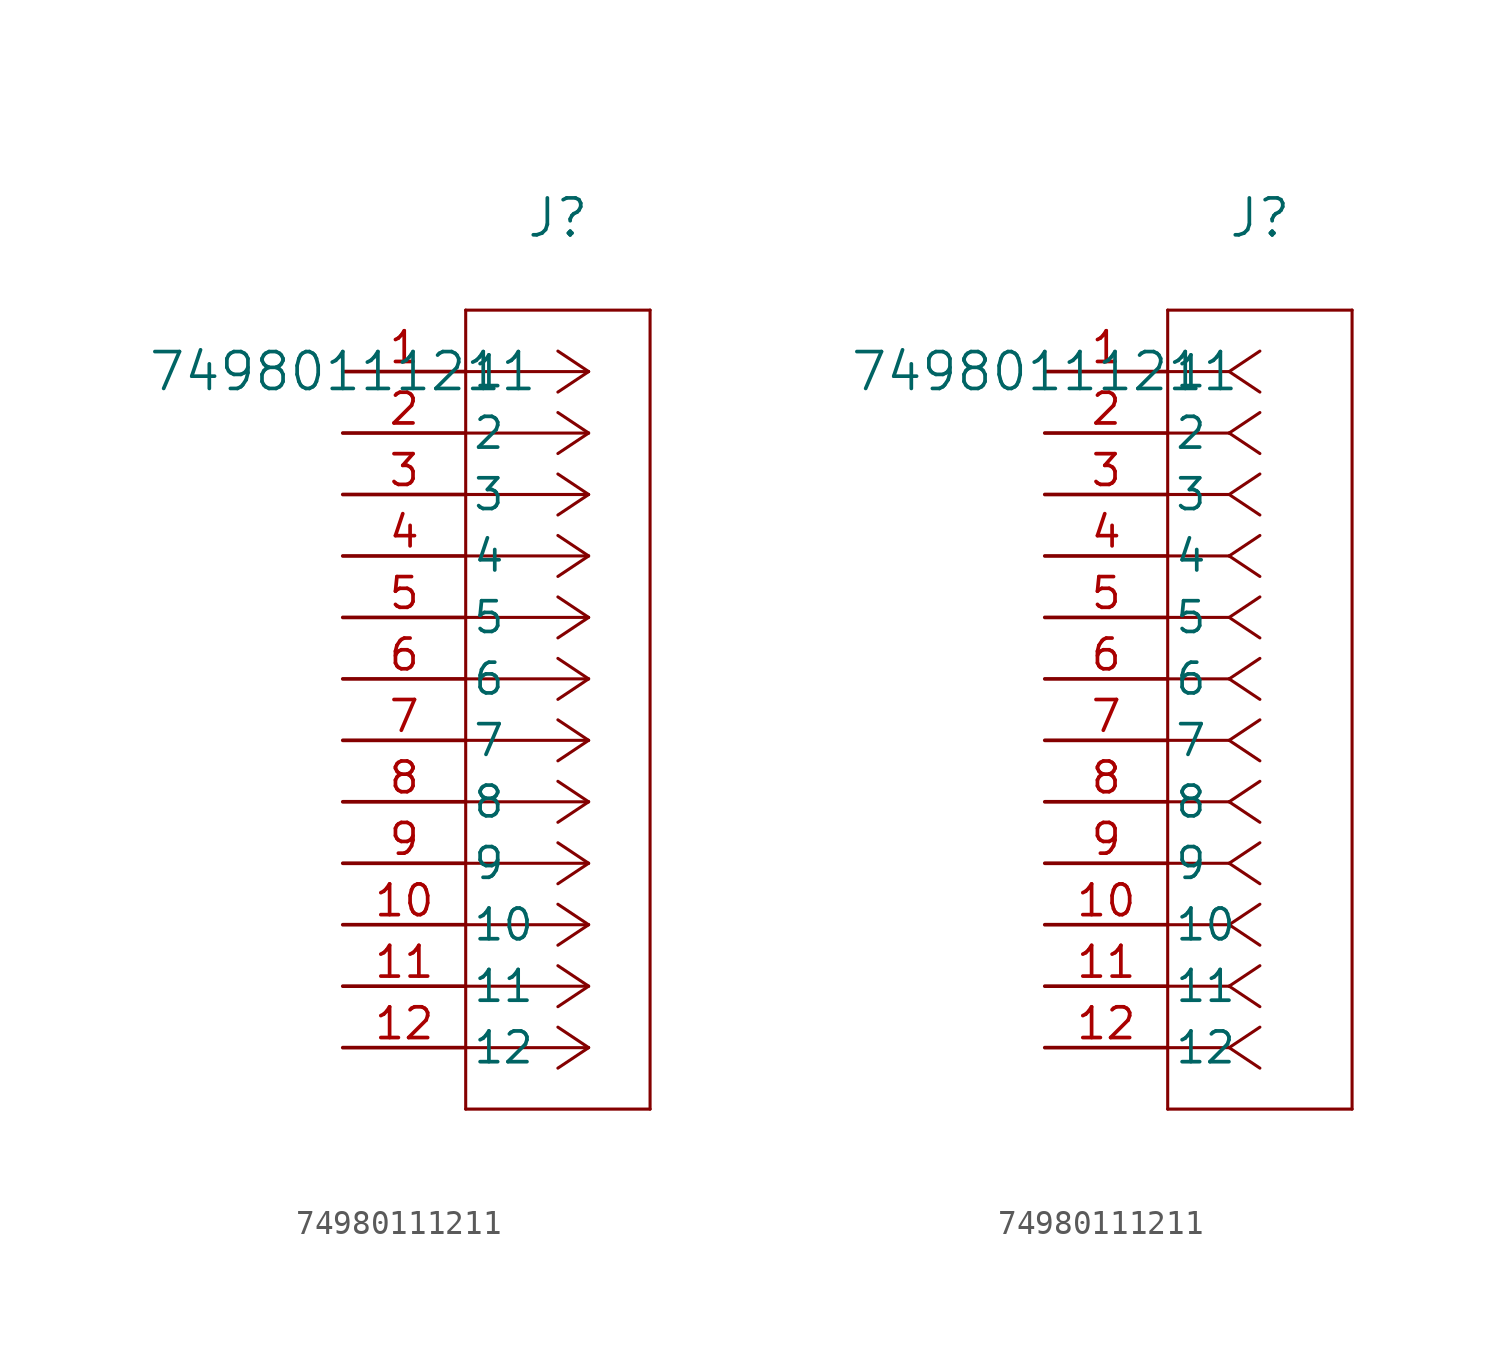
<source format=kicad_sym>
(kicad_symbol_lib
  (version 20211014)
  (generator kicad_symbol_editor)
  (symbol "74980111211"
    (pin_names
      (offset 0.254))
    (property "Reference" "J"
      (at 8.89 6.35 0)
      (effects (font (size 1.524 1.524))))
    (property "Value" "74980111211"
      (at 0 0 0)
      (effects (font (size 1.524 1.524))))
    (symbol "74980111211_1_1"
      (polyline (pts (xy 10.16 0) (xy 5.08 0)) (stroke (width 0.127) (type default) (color 0 0 0 0)) (fill (type none)))
      (polyline (pts (xy 10.16 -2.54) (xy 5.08 -2.54)) (stroke (width 0.127) (type default) (color 0 0 0 0)) (fill (type none)))
      (polyline (pts (xy 10.16 -5.08) (xy 5.08 -5.08)) (stroke (width 0.127) (type default) (color 0 0 0 0)) (fill (type none)))
      (polyline (pts (xy 10.16 -7.62) (xy 5.08 -7.62)) (stroke (width 0.127) (type default) (color 0 0 0 0)) (fill (type none)))
      (polyline (pts (xy 10.16 -10.16) (xy 5.08 -10.16)) (stroke (width 0.127) (type default) (color 0 0 0 0)) (fill (type none)))
      (polyline (pts (xy 10.16 -12.7) (xy 5.08 -12.7)) (stroke (width 0.127) (type default) (color 0 0 0 0)) (fill (type none)))
      (polyline (pts (xy 10.16 -15.24) (xy 5.08 -15.24)) (stroke (width 0.127) (type default) (color 0 0 0 0)) (fill (type none)))
      (polyline (pts (xy 10.16 -17.78) (xy 5.08 -17.78)) (stroke (width 0.127) (type default) (color 0 0 0 0)) (fill (type none)))
      (polyline (pts (xy 10.16 -20.32) (xy 5.08 -20.32)) (stroke (width 0.127) (type default) (color 0 0 0 0)) (fill (type none)))
      (polyline (pts (xy 10.16 -22.86) (xy 5.08 -22.86)) (stroke (width 0.127) (type default) (color 0 0 0 0)) (fill (type none)))
      (polyline (pts (xy 10.16 -25.4) (xy 5.08 -25.4)) (stroke (width 0.127) (type default) (color 0 0 0 0)) (fill (type none)))
      (polyline (pts (xy 10.16 -27.94) (xy 5.08 -27.94)) (stroke (width 0.127) (type default) (color 0 0 0 0)) (fill (type none)))
      (polyline (pts (xy 10.16 0) (xy 8.89 0.847)) (stroke (width 0.127) (type default) (color 0 0 0 0)) (fill (type none)))
      (polyline (pts (xy 10.16 -2.54) (xy 8.89 -1.693)) (stroke (width 0.127) (type default) (color 0 0 0 0)) (fill (type none)))
      (polyline (pts (xy 10.16 -5.08) (xy 8.89 -4.233)) (stroke (width 0.127) (type default) (color 0 0 0 0)) (fill (type none)))
      (polyline (pts (xy 10.16 -7.62) (xy 8.89 -6.773)) (stroke (width 0.127) (type default) (color 0 0 0 0)) (fill (type none)))
      (polyline (pts (xy 10.16 -10.16) (xy 8.89 -9.313)) (stroke (width 0.127) (type default) (color 0 0 0 0)) (fill (type none)))
      (polyline (pts (xy 10.16 -12.7) (xy 8.89 -11.853)) (stroke (width 0.127) (type default) (color 0 0 0 0)) (fill (type none)))
      (polyline (pts (xy 10.16 -15.24) (xy 8.89 -14.393)) (stroke (width 0.127) (type default) (color 0 0 0 0)) (fill (type none)))
      (polyline (pts (xy 10.16 -17.78) (xy 8.89 -16.933)) (stroke (width 0.127) (type default) (color 0 0 0 0)) (fill (type none)))
      (polyline (pts (xy 10.16 -20.32) (xy 8.89 -19.473)) (stroke (width 0.127) (type default) (color 0 0 0 0)) (fill (type none)))
      (polyline (pts (xy 10.16 -22.86) (xy 8.89 -22.013)) (stroke (width 0.127) (type default) (color 0 0 0 0)) (fill (type none)))
      (polyline (pts (xy 10.16 -25.4) (xy 8.89 -24.553)) (stroke (width 0.127) (type default) (color 0 0 0 0)) (fill (type none)))
      (polyline (pts (xy 10.16 -27.94) (xy 8.89 -27.093)) (stroke (width 0.127) (type default) (color 0 0 0 0)) (fill (type none)))
      (polyline (pts (xy 10.16 0) (xy 8.89 -0.847)) (stroke (width 0.127) (type default) (color 0 0 0 0)) (fill (type none)))
      (polyline (pts (xy 10.16 -2.54) (xy 8.89 -3.387)) (stroke (width 0.127) (type default) (color 0 0 0 0)) (fill (type none)))
      (polyline (pts (xy 10.16 -5.08) (xy 8.89 -5.927)) (stroke (width 0.127) (type default) (color 0 0 0 0)) (fill (type none)))
      (polyline (pts (xy 10.16 -7.62) (xy 8.89 -8.467)) (stroke (width 0.127) (type default) (color 0 0 0 0)) (fill (type none)))
      (polyline (pts (xy 10.16 -10.16) (xy 8.89 -11.007)) (stroke (width 0.127) (type default) (color 0 0 0 0)) (fill (type none)))
      (polyline (pts (xy 10.16 -12.7) (xy 8.89 -13.547)) (stroke (width 0.127) (type default) (color 0 0 0 0)) (fill (type none)))
      (polyline (pts (xy 10.16 -15.24) (xy 8.89 -16.087)) (stroke (width 0.127) (type default) (color 0 0 0 0)) (fill (type none)))
      (polyline (pts (xy 10.16 -17.78) (xy 8.89 -18.627)) (stroke (width 0.127) (type default) (color 0 0 0 0)) (fill (type none)))
      (polyline (pts (xy 10.16 -20.32) (xy 8.89 -21.167)) (stroke (width 0.127) (type default) (color 0 0 0 0)) (fill (type none)))
      (polyline (pts (xy 10.16 -22.86) (xy 8.89 -23.707)) (stroke (width 0.127) (type default) (color 0 0 0 0)) (fill (type none)))
      (polyline (pts (xy 10.16 -25.4) (xy 8.89 -26.247)) (stroke (width 0.127) (type default) (color 0 0 0 0)) (fill (type none)))
      (polyline (pts (xy 10.16 -27.94) (xy 8.89 -28.787)) (stroke (width 0.127) (type default) (color 0 0 0 0)) (fill (type none)))
      (polyline (pts (xy 5.08 2.54) (xy 5.08 -30.48)) (stroke (width 0.127) (type default) (color 0 0 0 0)) (fill (type none)))
      (polyline (pts (xy 5.08 -30.48) (xy 12.7 -30.48)) (stroke (width 0.127) (type default) (color 0 0 0 0)) (fill (type none)))
      (polyline (pts (xy 12.7 -30.48) (xy 12.7 2.54)) (stroke (width 0.127) (type default) (color 0 0 0 0)) (fill (type none)))
      (polyline (pts (xy 12.7 2.54) (xy 5.08 2.54)) (stroke (width 0.127) (type default) (color 0 0 0 0)) (fill (type none)))
      (pin unspecified line (at 0 0 0) (length 5.08) (name "1" (effects (font (size 1.27 1.27)))) (number "1" (effects (font (size 1.27 1.27)))))
      (pin unspecified line (at 0 -2.54 0) (length 5.08) (name "2" (effects (font (size 1.27 1.27)))) (number "2" (effects (font (size 1.27 1.27)))))
      (pin unspecified line (at 0 -5.08 0) (length 5.08) (name "3" (effects (font (size 1.27 1.27)))) (number "3" (effects (font (size 1.27 1.27)))))
      (pin unspecified line (at 0 -7.62 0) (length 5.08) (name "4" (effects (font (size 1.27 1.27)))) (number "4" (effects (font (size 1.27 1.27)))))
      (pin unspecified line (at 0 -10.16 0) (length 5.08) (name "5" (effects (font (size 1.27 1.27)))) (number "5" (effects (font (size 1.27 1.27)))))
      (pin unspecified line (at 0 -12.7 0) (length 5.08) (name "6" (effects (font (size 1.27 1.27)))) (number "6" (effects (font (size 1.27 1.27)))))
      (pin unspecified line (at 0 -15.24 0) (length 5.08) (name "7" (effects (font (size 1.27 1.27)))) (number "7" (effects (font (size 1.27 1.27)))))
      (pin unspecified line (at 0 -17.78 0) (length 5.08) (name "8" (effects (font (size 1.27 1.27)))) (number "8" (effects (font (size 1.27 1.27)))))
      (pin unspecified line (at 0 -20.32 0) (length 5.08) (name "9" (effects (font (size 1.27 1.27)))) (number "9" (effects (font (size 1.27 1.27)))))
      (pin unspecified line (at 0 -22.86 0) (length 5.08) (name "10" (effects (font (size 1.27 1.27)))) (number "10" (effects (font (size 1.27 1.27)))))
      (pin unspecified line (at 0 -25.4 0) (length 5.08) (name "11" (effects (font (size 1.27 1.27)))) (number "11" (effects (font (size 1.27 1.27)))))
      (pin unspecified line (at 0 -27.94 0) (length 5.08) (name "12" (effects (font (size 1.27 1.27)))) (number "12" (effects (font (size 1.27 1.27))))))
    (symbol "74980111211_1_2"
      (polyline (pts (xy 7.62 0) (xy 5.08 0)) (stroke (width 0.127) (type default) (color 0 0 0 0)) (fill (type none)))
      (polyline (pts (xy 7.62 -2.54) (xy 5.08 -2.54)) (stroke (width 0.127) (type default) (color 0 0 0 0)) (fill (type none)))
      (polyline (pts (xy 7.62 -5.08) (xy 5.08 -5.08)) (stroke (width 0.127) (type default) (color 0 0 0 0)) (fill (type none)))
      (polyline (pts (xy 7.62 -7.62) (xy 5.08 -7.62)) (stroke (width 0.127) (type default) (color 0 0 0 0)) (fill (type none)))
      (polyline (pts (xy 7.62 -10.16) (xy 5.08 -10.16)) (stroke (width 0.127) (type default) (color 0 0 0 0)) (fill (type none)))
      (polyline (pts (xy 7.62 -12.7) (xy 5.08 -12.7)) (stroke (width 0.127) (type default) (color 0 0 0 0)) (fill (type none)))
      (polyline (pts (xy 7.62 -15.24) (xy 5.08 -15.24)) (stroke (width 0.127) (type default) (color 0 0 0 0)) (fill (type none)))
      (polyline (pts (xy 7.62 -17.78) (xy 5.08 -17.78)) (stroke (width 0.127) (type default) (color 0 0 0 0)) (fill (type none)))
      (polyline (pts (xy 7.62 -20.32) (xy 5.08 -20.32)) (stroke (width 0.127) (type default) (color 0 0 0 0)) (fill (type none)))
      (polyline (pts (xy 7.62 -22.86) (xy 5.08 -22.86)) (stroke (width 0.127) (type default) (color 0 0 0 0)) (fill (type none)))
      (polyline (pts (xy 7.62 -25.4) (xy 5.08 -25.4)) (stroke (width 0.127) (type default) (color 0 0 0 0)) (fill (type none)))
      (polyline (pts (xy 7.62 -27.94) (xy 5.08 -27.94)) (stroke (width 0.127) (type default) (color 0 0 0 0)) (fill (type none)))
      (polyline (pts (xy 7.62 0) (xy 8.89 0.847)) (stroke (width 0.127) (type default) (color 0 0 0 0)) (fill (type none)))
      (polyline (pts (xy 7.62 -2.54) (xy 8.89 -1.693)) (stroke (width 0.127) (type default) (color 0 0 0 0)) (fill (type none)))
      (polyline (pts (xy 7.62 -5.08) (xy 8.89 -4.233)) (stroke (width 0.127) (type default) (color 0 0 0 0)) (fill (type none)))
      (polyline (pts (xy 7.62 -7.62) (xy 8.89 -6.773)) (stroke (width 0.127) (type default) (color 0 0 0 0)) (fill (type none)))
      (polyline (pts (xy 7.62 -10.16) (xy 8.89 -9.313)) (stroke (width 0.127) (type default) (color 0 0 0 0)) (fill (type none)))
      (polyline (pts (xy 7.62 -12.7) (xy 8.89 -11.853)) (stroke (width 0.127) (type default) (color 0 0 0 0)) (fill (type none)))
      (polyline (pts (xy 7.62 -15.24) (xy 8.89 -14.393)) (stroke (width 0.127) (type default) (color 0 0 0 0)) (fill (type none)))
      (polyline (pts (xy 7.62 -17.78) (xy 8.89 -16.933)) (stroke (width 0.127) (type default) (color 0 0 0 0)) (fill (type none)))
      (polyline (pts (xy 7.62 -20.32) (xy 8.89 -19.473)) (stroke (width 0.127) (type default) (color 0 0 0 0)) (fill (type none)))
      (polyline (pts (xy 7.62 -22.86) (xy 8.89 -22.013)) (stroke (width 0.127) (type default) (color 0 0 0 0)) (fill (type none)))
      (polyline (pts (xy 7.62 -25.4) (xy 8.89 -24.553)) (stroke (width 0.127) (type default) (color 0 0 0 0)) (fill (type none)))
      (polyline (pts (xy 7.62 -27.94) (xy 8.89 -27.093)) (stroke (width 0.127) (type default) (color 0 0 0 0)) (fill (type none)))
      (polyline (pts (xy 7.62 0) (xy 8.89 -0.847)) (stroke (width 0.127) (type default) (color 0 0 0 0)) (fill (type none)))
      (polyline (pts (xy 7.62 -2.54) (xy 8.89 -3.387)) (stroke (width 0.127) (type default) (color 0 0 0 0)) (fill (type none)))
      (polyline (pts (xy 7.62 -5.08) (xy 8.89 -5.927)) (stroke (width 0.127) (type default) (color 0 0 0 0)) (fill (type none)))
      (polyline (pts (xy 7.62 -7.62) (xy 8.89 -8.467)) (stroke (width 0.127) (type default) (color 0 0 0 0)) (fill (type none)))
      (polyline (pts (xy 7.62 -10.16) (xy 8.89 -11.007)) (stroke (width 0.127) (type default) (color 0 0 0 0)) (fill (type none)))
      (polyline (pts (xy 7.62 -12.7) (xy 8.89 -13.547)) (stroke (width 0.127) (type default) (color 0 0 0 0)) (fill (type none)))
      (polyline (pts (xy 7.62 -15.24) (xy 8.89 -16.087)) (stroke (width 0.127) (type default) (color 0 0 0 0)) (fill (type none)))
      (polyline (pts (xy 7.62 -17.78) (xy 8.89 -18.627)) (stroke (width 0.127) (type default) (color 0 0 0 0)) (fill (type none)))
      (polyline (pts (xy 7.62 -20.32) (xy 8.89 -21.167)) (stroke (width 0.127) (type default) (color 0 0 0 0)) (fill (type none)))
      (polyline (pts (xy 7.62 -22.86) (xy 8.89 -23.707)) (stroke (width 0.127) (type default) (color 0 0 0 0)) (fill (type none)))
      (polyline (pts (xy 7.62 -25.4) (xy 8.89 -26.247)) (stroke (width 0.127) (type default) (color 0 0 0 0)) (fill (type none)))
      (polyline (pts (xy 7.62 -27.94) (xy 8.89 -28.787)) (stroke (width 0.127) (type default) (color 0 0 0 0)) (fill (type none)))
      (polyline (pts (xy 5.08 2.54) (xy 5.08 -30.48)) (stroke (width 0.127) (type default) (color 0 0 0 0)) (fill (type none)))
      (polyline (pts (xy 5.08 -30.48) (xy 12.7 -30.48)) (stroke (width 0.127) (type default) (color 0 0 0 0)) (fill (type none)))
      (polyline (pts (xy 12.7 -30.48) (xy 12.7 2.54)) (stroke (width 0.127) (type default) (color 0 0 0 0)) (fill (type none)))
      (polyline (pts (xy 12.7 2.54) (xy 5.08 2.54)) (stroke (width 0.127) (type default) (color 0 0 0 0)) (fill (type none)))
      (pin unspecified line (at 0 0 0) (length 5.08) (name "1" (effects (font (size 1.27 1.27)))) (number "1" (effects (font (size 1.27 1.27)))))
      (pin unspecified line (at 0 -2.54 0) (length 5.08) (name "2" (effects (font (size 1.27 1.27)))) (number "2" (effects (font (size 1.27 1.27)))))
      (pin unspecified line (at 0 -5.08 0) (length 5.08) (name "3" (effects (font (size 1.27 1.27)))) (number "3" (effects (font (size 1.27 1.27)))))
      (pin unspecified line (at 0 -7.62 0) (length 5.08) (name "4" (effects (font (size 1.27 1.27)))) (number "4" (effects (font (size 1.27 1.27)))))
      (pin unspecified line (at 0 -10.16 0) (length 5.08) (name "5" (effects (font (size 1.27 1.27)))) (number "5" (effects (font (size 1.27 1.27)))))
      (pin unspecified line (at 0 -12.7 0) (length 5.08) (name "6" (effects (font (size 1.27 1.27)))) (number "6" (effects (font (size 1.27 1.27)))))
      (pin unspecified line (at 0 -15.24 0) (length 5.08) (name "7" (effects (font (size 1.27 1.27)))) (number "7" (effects (font (size 1.27 1.27)))))
      (pin unspecified line (at 0 -17.78 0) (length 5.08) (name "8" (effects (font (size 1.27 1.27)))) (number "8" (effects (font (size 1.27 1.27)))))
      (pin unspecified line (at 0 -20.32 0) (length 5.08) (name "9" (effects (font (size 1.27 1.27)))) (number "9" (effects (font (size 1.27 1.27)))))
      (pin unspecified line (at 0 -22.86 0) (length 5.08) (name "10" (effects (font (size 1.27 1.27)))) (number "10" (effects (font (size 1.27 1.27)))))
      (pin unspecified line (at 0 -25.4 0) (length 5.08) (name "11" (effects (font (size 1.27 1.27)))) (number "11" (effects (font (size 1.27 1.27)))))
      (pin unspecified line (at 0 -27.94 0) (length 5.08) (name "12" (effects (font (size 1.27 1.27)))) (number "12" (effects (font (size 1.27 1.27))))))))
</source>
